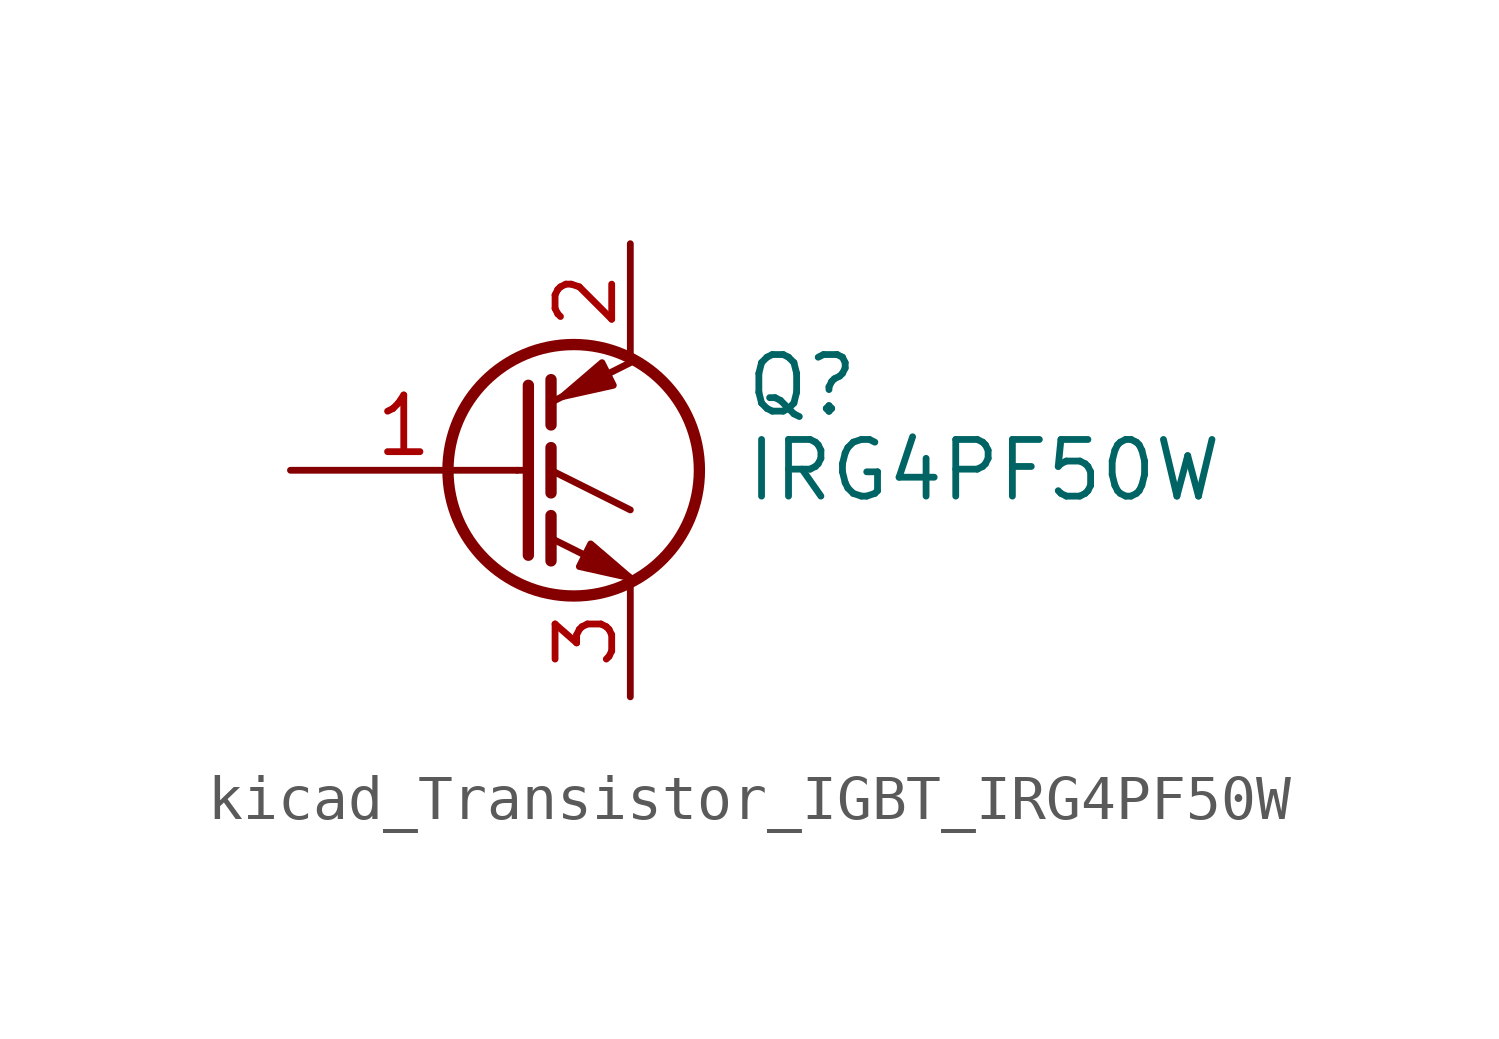
<source format=kicad_sym>
(kicad_symbol_lib
  (version 20220914)
  (generator kicad_symbol_editor)
  (symbol "kicad_Transistor_IGBT_IRG4PF50W"
    (pin_names
      (offset 0) hide)
    (property "Reference" "Q"
      (at 5.08 1.905 0)
      (effects (font (size 1.27 1.27)) (justify left)))
    (property "Value" "IRG4PF50W"
      (at 5.08 0 0)
      (effects (font (size 1.27 1.27)) (justify left)))
    (symbol "kicad_Transistor_IGBT_IRG4PF50W_0_1"
      (polyline (pts (xy 0 0) (xy 0.254 0)) (stroke (width 0) (type default)) (fill (type none)))
      (polyline (pts (xy 0.762 -1.016) (xy 0.762 -2.032)) (stroke (width 0.254) (type default)) (fill (type none)))
      (polyline (pts (xy 0.762 0.508) (xy 0.762 -0.508)) (stroke (width 0.254) (type default)) (fill (type none)))
      (polyline (pts (xy 0.762 2.032) (xy 0.762 1.016)) (stroke (width 0.254) (type default)) (fill (type none)))
      (polyline (pts (xy 2.54 -2.413) (xy 0.762 -1.524)) (stroke (width 0) (type default)) (fill (type none)))
      (polyline (pts (xy 2.54 -0.889) (xy 0.762 0)) (stroke (width 0) (type default)) (fill (type none)))
      (polyline (pts (xy 2.54 2.413) (xy 0.762 1.524)) (stroke (width 0) (type default)) (fill (type none)))
      (polyline (pts (xy 0.254 1.905) (xy 0.254 -1.905) (xy 0.254 -1.905)) (stroke (width 0.254) (type default)) (fill (type none)))
      (polyline (pts (xy 1.397 -2.159) (xy 1.651 -1.651) (xy 2.54 -2.413) (xy 1.397 -2.159)) (stroke (width 0) (type default)) (fill (type outline)))
      (polyline (pts (xy 2.159 1.905) (xy 1.905 2.413) (xy 1.016 1.651) (xy 2.159 1.905)) (stroke (width 0) (type default)) (fill (type outline)))
      (circle (center 1.27 0) (radius 2.819) (stroke (width 0.254) (type default)) (fill (type none))))
    (symbol "kicad_Transistor_IGBT_IRG4PF50W_1_1"
      (pin input line (at -5.08 0 0) (length 5.08) (name "G" (effects (font (size 1.27 1.27)))) (number "1" (effects (font (size 1.27 1.27)))))
      (pin passive line (at 2.54 5.08 270) (length 2.54) (name "C" (effects (font (size 1.27 1.27)))) (number "2" (effects (font (size 1.27 1.27)))))
      (pin passive line (at 2.54 -5.08 90) (length 2.54) (name "E" (effects (font (size 1.27 1.27)))) (number "3" (effects (font (size 1.27 1.27))))))))
</source>
